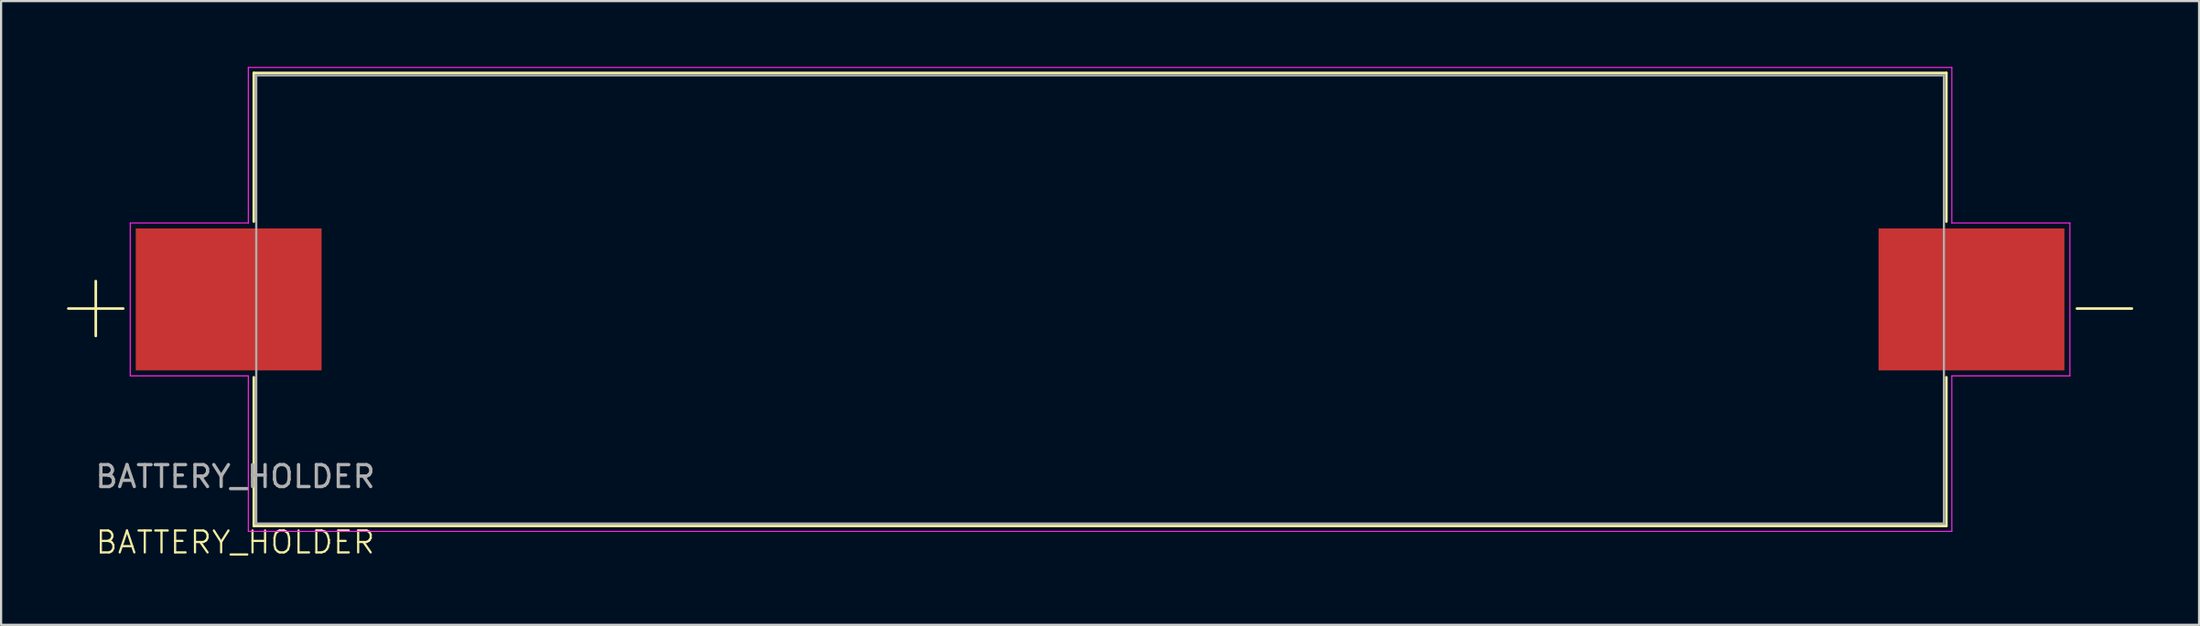
<source format=kicad_pcb>
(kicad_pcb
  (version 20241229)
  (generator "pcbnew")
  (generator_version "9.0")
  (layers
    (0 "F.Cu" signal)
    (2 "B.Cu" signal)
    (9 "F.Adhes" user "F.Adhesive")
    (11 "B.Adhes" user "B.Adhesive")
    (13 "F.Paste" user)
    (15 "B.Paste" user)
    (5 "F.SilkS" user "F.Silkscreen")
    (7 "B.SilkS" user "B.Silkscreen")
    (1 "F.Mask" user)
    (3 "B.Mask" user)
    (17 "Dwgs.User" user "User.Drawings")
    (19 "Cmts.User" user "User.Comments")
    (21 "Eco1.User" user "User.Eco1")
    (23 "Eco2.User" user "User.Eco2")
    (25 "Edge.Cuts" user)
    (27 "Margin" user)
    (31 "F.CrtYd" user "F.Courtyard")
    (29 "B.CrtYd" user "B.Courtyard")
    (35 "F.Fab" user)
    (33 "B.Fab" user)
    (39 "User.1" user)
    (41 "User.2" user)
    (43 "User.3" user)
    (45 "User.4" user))
  (footprint "BATTERY_HOLDER"
    (layer "F.Cu")
    (at 7.66 0.855)
    (property "Reference" "BATTERY_HOLDER" (at 0 20.82 0) (unlocked yes) (layer "F.SilkS") (effects (font (size 1 1) (thickness 0.1))))
    (attr smd)
    (fp_line (start -7.6 10.16) (end -5.1 10.16) (stroke (width 0.12) (type solid)) (layer "F.SilkS"))
    (fp_line (start -6.35 8.91) (end -6.35 11.41) (stroke (width 0.12) (type solid)) (layer "F.SilkS"))
    (fp_line (start 0.845 6.195) (end 0.845 -0.58) (stroke (width 0.12) (type solid)) (layer "F.SilkS"))
    (fp_line (start 0.845 13.295) (end 0.845 20.07) (stroke (width 0.12) (type solid)) (layer "F.SilkS"))
    (fp_line (start 0.845 20.07) (end 77.895 20.07) (stroke (width 0.12) (type solid)) (layer "F.SilkS"))
    (fp_line (start 77.895 -0.58) (end 0.845 -0.58) (stroke (width 0.12) (type solid)) (layer "F.SilkS"))
    (fp_line (start 77.895 6.195) (end 77.895 -0.58) (stroke (width 0.12) (type solid)) (layer "F.SilkS"))
    (fp_line (start 77.895 13.295) (end 77.895 20.07) (stroke (width 0.12) (type solid)) (layer "F.SilkS"))
    (fp_line (start 86.34 10.16) (end 83.84 10.16) (stroke (width 0.12) (type solid)) (layer "F.SilkS"))
    (fp_line (start -4.78 6.26) (end -4.78 13.23) (stroke (width 0.05) (type solid)) (layer "F.CrtYd"))
    (fp_line (start -4.78 6.26) (end 0.595 6.26) (stroke (width 0.05) (type solid)) (layer "F.CrtYd"))
    (fp_line (start -4.78 13.23) (end 0.595 13.23) (stroke (width 0.05) (type solid)) (layer "F.CrtYd"))
    (fp_line (start 0.595 -0.83) (end 0.595 6.26) (stroke (width 0.05) (type solid)) (layer "F.CrtYd"))
    (fp_line (start 0.595 -0.83) (end 78.145 -0.83) (stroke (width 0.05) (type solid)) (layer "F.CrtYd"))
    (fp_line (start 0.595 20.32) (end 0.595 13.23) (stroke (width 0.05) (type solid)) (layer "F.CrtYd"))
    (fp_line (start 0.595 20.32) (end 78.145 20.32) (stroke (width 0.05) (type solid)) (layer "F.CrtYd"))
    (fp_line (start 78.145 -0.83) (end 78.145 6.26) (stroke (width 0.05) (type solid)) (layer "F.CrtYd"))
    (fp_line (start 78.145 20.32) (end 78.145 13.23) (stroke (width 0.05) (type solid)) (layer "F.CrtYd"))
    (fp_line (start 83.52 6.26) (end 78.145 6.26) (stroke (width 0.05) (type solid)) (layer "F.CrtYd"))
    (fp_line (start 83.52 13.23) (end 78.145 13.23) (stroke (width 0.05) (type solid)) (layer "F.CrtYd"))
    (fp_line (start 83.52 13.23) (end 83.52 6.26) (stroke (width 0.05) (type solid)) (layer "F.CrtYd"))
    (fp_line (start 0.955 -0.47) (end 77.785 -0.47) (stroke (width 0.1) (type solid)) (layer "F.Fab"))
    (fp_line (start 0.955 19.96) (end 0.955 -0.47) (stroke (width 0.1) (type solid)) (layer "F.Fab"))
    (fp_line (start 0.955 19.96) (end 77.785 19.96) (stroke (width 0.1) (type solid)) (layer "F.Fab"))
    (fp_line (start 77.785 -0.47) (end 77.785 19.96) (stroke (width 0.1) (type solid)) (layer "F.Fab"))
    (fp_text user "${REFERENCE}" (at 0 17.82 0) (unlocked yes) (layer "F.Fab") (effects (font (size 1 1) (thickness 0.15))))
    (pad "N" smd rect (at 79.04 9.745) (size 8.46 6.47) (layers "F.Cu" "F.Mask" "F.Paste"))
    (pad "P" smd rect (at -0.3 9.745) (size 8.46 6.47) (layers "F.Cu" "F.Mask" "F.Paste")))
  (gr_rect
    (start -3 -3)
    (end 97.06 25.436)
    (stroke (width 0.1) (type default))
    (fill no)
    (layer "Edge.Cuts")))
</source>
